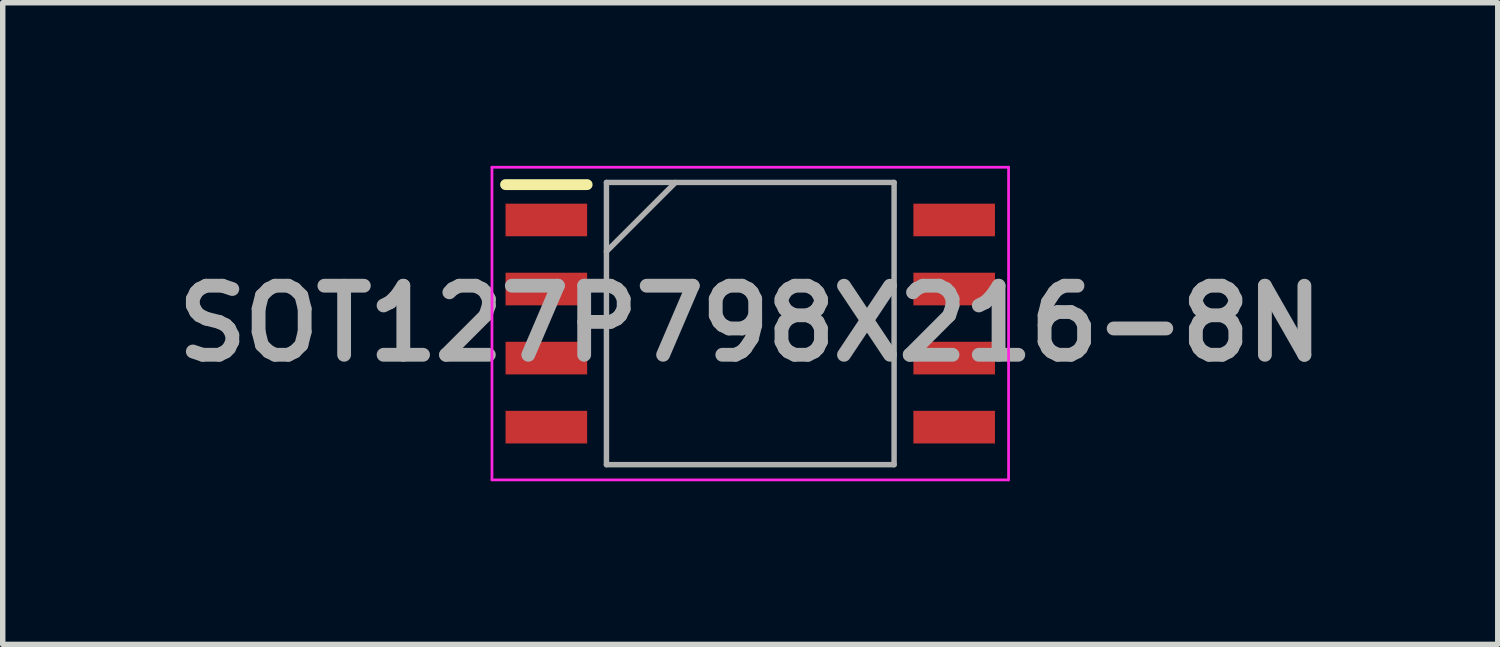
<source format=kicad_pcb>
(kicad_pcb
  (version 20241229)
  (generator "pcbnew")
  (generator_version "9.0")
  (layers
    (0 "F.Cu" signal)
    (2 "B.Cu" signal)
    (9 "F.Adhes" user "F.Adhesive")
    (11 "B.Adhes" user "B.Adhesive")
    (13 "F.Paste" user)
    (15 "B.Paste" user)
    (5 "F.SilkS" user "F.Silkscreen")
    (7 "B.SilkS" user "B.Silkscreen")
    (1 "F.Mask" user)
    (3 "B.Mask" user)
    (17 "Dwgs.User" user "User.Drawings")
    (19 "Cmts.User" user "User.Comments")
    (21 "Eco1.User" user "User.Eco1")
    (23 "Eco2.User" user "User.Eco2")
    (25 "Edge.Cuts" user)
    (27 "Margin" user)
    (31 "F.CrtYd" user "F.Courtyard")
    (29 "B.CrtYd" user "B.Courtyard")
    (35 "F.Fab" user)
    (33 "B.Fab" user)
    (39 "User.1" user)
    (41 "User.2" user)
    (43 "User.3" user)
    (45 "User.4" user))
  (footprint "SOT127P798X216-8N"
    (layer "F.Cu")
    (at 10.747 2.9)
    (property "Reference" "SOT127P798X216-8N" (at 0 0 0) (layer "F.Fab") (effects (font (size 1.27 1.27) (thickness 0.254))))
    (attr smd)
    (fp_line (start -4.5 -2.555) (end -3 -2.555) (stroke (width 0.2) (type solid)) (layer "F.SilkS"))
    (fp_line (start -4.75 -2.875) (end 4.75 -2.875) (stroke (width 0.05) (type solid)) (layer "F.CrtYd"))
    (fp_line (start -4.75 2.875) (end -4.75 -2.875) (stroke (width 0.05) (type solid)) (layer "F.CrtYd"))
    (fp_line (start 4.75 -2.875) (end 4.75 2.875) (stroke (width 0.05) (type solid)) (layer "F.CrtYd"))
    (fp_line (start 4.75 2.875) (end -4.75 2.875) (stroke (width 0.05) (type solid)) (layer "F.CrtYd"))
    (fp_line (start -2.645 -2.595) (end 2.645 -2.595) (stroke (width 0.1) (type solid)) (layer "F.Fab"))
    (fp_line (start -2.645 -1.325) (end -1.375 -2.595) (stroke (width 0.1) (type solid)) (layer "F.Fab"))
    (fp_line (start -2.645 2.595) (end -2.645 -2.595) (stroke (width 0.1) (type solid)) (layer "F.Fab"))
    (fp_line (start 2.645 -2.595) (end 2.645 2.595) (stroke (width 0.1) (type solid)) (layer "F.Fab"))
    (fp_line (start 2.645 2.595) (end -2.645 2.595) (stroke (width 0.1) (type solid)) (layer "F.Fab"))
    (pad "1" smd rect (at -3.75 -1.905 90) (size 0.6 1.5) (layers "F.Cu" "F.Mask" "F.Paste"))
    (pad "2" smd rect (at -3.75 -0.635 90) (size 0.6 1.5) (layers "F.Cu" "F.Mask" "F.Paste"))
    (pad "3" smd rect (at -3.75 0.635 90) (size 0.6 1.5) (layers "F.Cu" "F.Mask" "F.Paste"))
    (pad "4" smd rect (at -3.75 1.905 90) (size 0.6 1.5) (layers "F.Cu" "F.Mask" "F.Paste"))
    (pad "5" smd rect (at 3.75 1.905 90) (size 0.6 1.5) (layers "F.Cu" "F.Mask" "F.Paste"))
    (pad "6" smd rect (at 3.75 0.635 90) (size 0.6 1.5) (layers "F.Cu" "F.Mask" "F.Paste"))
    (pad "7" smd rect (at 3.75 -0.635 90) (size 0.6 1.5) (layers "F.Cu" "F.Mask" "F.Paste"))
    (pad "8" smd rect (at 3.75 -1.905 90) (size 0.6 1.5) (layers "F.Cu" "F.Mask" "F.Paste")))
  (gr_rect
    (start -3 -3)
    (end 24.493 8.8)
    (stroke (width 0.1) (type default))
    (fill no)
    (layer "Edge.Cuts")))
</source>
